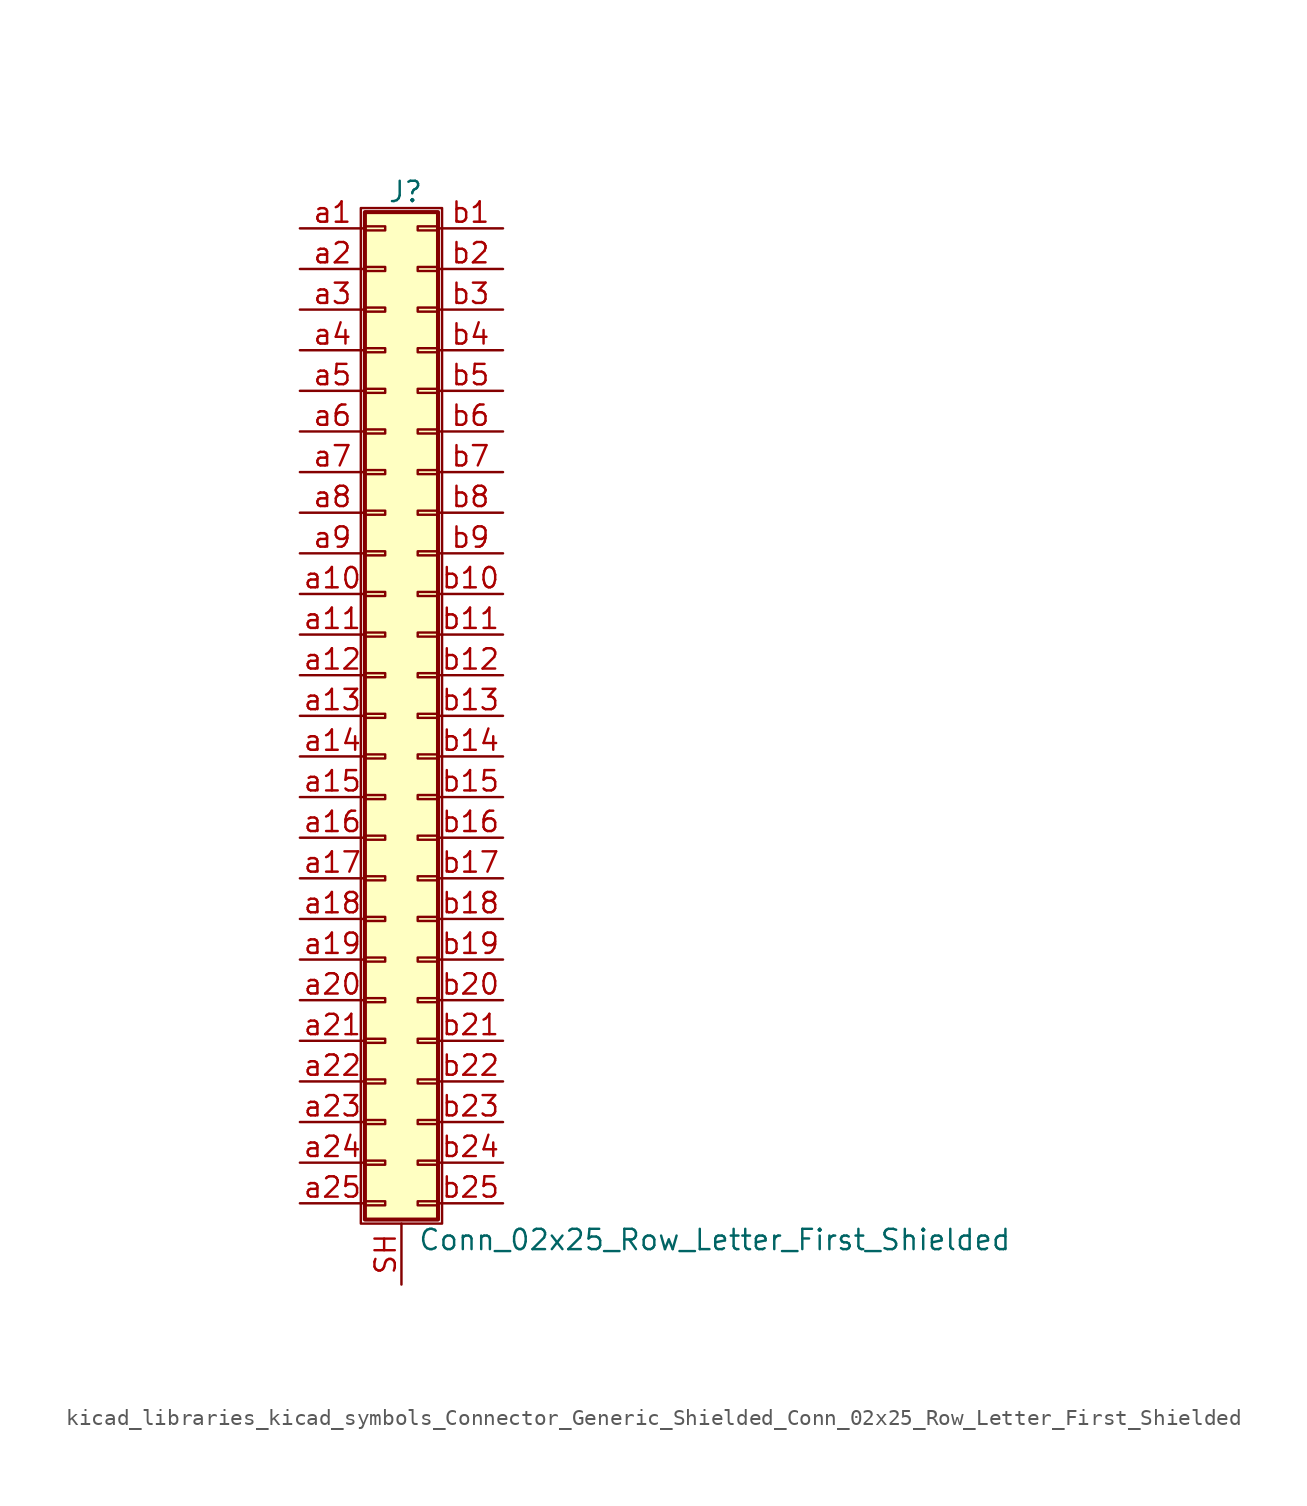
<source format=kicad_sym>
(kicad_symbol_lib
  (version 20220914)
  (generator kicad_symbol_editor)
  (symbol "kicad_libraries_kicad_symbols_Connector_Generic_Shielded_Conn_02x25_Row_Letter_First_Shielded"
    (pin_names
      (offset 1.016) hide)
    (property "Reference" "J"
      (at 1.524 32.766 0)
      (effects (font (size 1.27 1.27))))
    (property "Value" "Conn_02x25_Row_Letter_First_Shielded"
      (at 2.286 -32.766 0)
      (effects (font (size 1.27 1.27)) (justify left)))
    (symbol "kicad_libraries_kicad_symbols_Connector_Generic_Shielded_Conn_02x25_Row_Letter_First_Shielded_1_1"
      (rectangle (start -1.27 31.75) (end 3.81 -31.75) (stroke (width 0.152) (type default)) (fill (type none)))
      (rectangle (start -1.016 -30.353) (end 0.254 -30.607) (stroke (width 0.152) (type default)) (fill (type none)))
      (rectangle (start -1.016 -27.813) (end 0.254 -28.067) (stroke (width 0.152) (type default)) (fill (type none)))
      (rectangle (start -1.016 -25.273) (end 0.254 -25.527) (stroke (width 0.152) (type default)) (fill (type none)))
      (rectangle (start -1.016 -22.733) (end 0.254 -22.987) (stroke (width 0.152) (type default)) (fill (type none)))
      (rectangle (start -1.016 -20.193) (end 0.254 -20.447) (stroke (width 0.152) (type default)) (fill (type none)))
      (rectangle (start -1.016 -17.653) (end 0.254 -17.907) (stroke (width 0.152) (type default)) (fill (type none)))
      (rectangle (start -1.016 -15.113) (end 0.254 -15.367) (stroke (width 0.152) (type default)) (fill (type none)))
      (rectangle (start -1.016 -12.573) (end 0.254 -12.827) (stroke (width 0.152) (type default)) (fill (type none)))
      (rectangle (start -1.016 -10.033) (end 0.254 -10.287) (stroke (width 0.152) (type default)) (fill (type none)))
      (rectangle (start -1.016 -7.493) (end 0.254 -7.747) (stroke (width 0.152) (type default)) (fill (type none)))
      (rectangle (start -1.016 -4.953) (end 0.254 -5.207) (stroke (width 0.152) (type default)) (fill (type none)))
      (rectangle (start -1.016 -2.413) (end 0.254 -2.667) (stroke (width 0.152) (type default)) (fill (type none)))
      (rectangle (start -1.016 0.127) (end 0.254 -0.127) (stroke (width 0.152) (type default)) (fill (type none)))
      (rectangle (start -1.016 2.667) (end 0.254 2.413) (stroke (width 0.152) (type default)) (fill (type none)))
      (rectangle (start -1.016 5.207) (end 0.254 4.953) (stroke (width 0.152) (type default)) (fill (type none)))
      (rectangle (start -1.016 7.747) (end 0.254 7.493) (stroke (width 0.152) (type default)) (fill (type none)))
      (rectangle (start -1.016 10.287) (end 0.254 10.033) (stroke (width 0.152) (type default)) (fill (type none)))
      (rectangle (start -1.016 12.827) (end 0.254 12.573) (stroke (width 0.152) (type default)) (fill (type none)))
      (rectangle (start -1.016 15.367) (end 0.254 15.113) (stroke (width 0.152) (type default)) (fill (type none)))
      (rectangle (start -1.016 17.907) (end 0.254 17.653) (stroke (width 0.152) (type default)) (fill (type none)))
      (rectangle (start -1.016 20.447) (end 0.254 20.193) (stroke (width 0.152) (type default)) (fill (type none)))
      (rectangle (start -1.016 22.987) (end 0.254 22.733) (stroke (width 0.152) (type default)) (fill (type none)))
      (rectangle (start -1.016 25.527) (end 0.254 25.273) (stroke (width 0.152) (type default)) (fill (type none)))
      (rectangle (start -1.016 28.067) (end 0.254 27.813) (stroke (width 0.152) (type default)) (fill (type none)))
      (rectangle (start -1.016 30.607) (end 0.254 30.353) (stroke (width 0.152) (type default)) (fill (type none)))
      (rectangle (start -1.016 31.496) (end 3.556 -31.496) (stroke (width 0.254) (type default)) (fill (type background)))
      (rectangle (start 3.556 -30.353) (end 2.286 -30.607) (stroke (width 0.152) (type default)) (fill (type none)))
      (rectangle (start 3.556 -27.813) (end 2.286 -28.067) (stroke (width 0.152) (type default)) (fill (type none)))
      (rectangle (start 3.556 -25.273) (end 2.286 -25.527) (stroke (width 0.152) (type default)) (fill (type none)))
      (rectangle (start 3.556 -22.733) (end 2.286 -22.987) (stroke (width 0.152) (type default)) (fill (type none)))
      (rectangle (start 3.556 -20.193) (end 2.286 -20.447) (stroke (width 0.152) (type default)) (fill (type none)))
      (rectangle (start 3.556 -17.653) (end 2.286 -17.907) (stroke (width 0.152) (type default)) (fill (type none)))
      (rectangle (start 3.556 -15.113) (end 2.286 -15.367) (stroke (width 0.152) (type default)) (fill (type none)))
      (rectangle (start 3.556 -12.573) (end 2.286 -12.827) (stroke (width 0.152) (type default)) (fill (type none)))
      (rectangle (start 3.556 -10.033) (end 2.286 -10.287) (stroke (width 0.152) (type default)) (fill (type none)))
      (rectangle (start 3.556 -7.493) (end 2.286 -7.747) (stroke (width 0.152) (type default)) (fill (type none)))
      (rectangle (start 3.556 -4.953) (end 2.286 -5.207) (stroke (width 0.152) (type default)) (fill (type none)))
      (rectangle (start 3.556 -2.413) (end 2.286 -2.667) (stroke (width 0.152) (type default)) (fill (type none)))
      (rectangle (start 3.556 0.127) (end 2.286 -0.127) (stroke (width 0.152) (type default)) (fill (type none)))
      (rectangle (start 3.556 2.667) (end 2.286 2.413) (stroke (width 0.152) (type default)) (fill (type none)))
      (rectangle (start 3.556 5.207) (end 2.286 4.953) (stroke (width 0.152) (type default)) (fill (type none)))
      (rectangle (start 3.556 7.747) (end 2.286 7.493) (stroke (width 0.152) (type default)) (fill (type none)))
      (rectangle (start 3.556 10.287) (end 2.286 10.033) (stroke (width 0.152) (type default)) (fill (type none)))
      (rectangle (start 3.556 12.827) (end 2.286 12.573) (stroke (width 0.152) (type default)) (fill (type none)))
      (rectangle (start 3.556 15.367) (end 2.286 15.113) (stroke (width 0.152) (type default)) (fill (type none)))
      (rectangle (start 3.556 17.907) (end 2.286 17.653) (stroke (width 0.152) (type default)) (fill (type none)))
      (rectangle (start 3.556 20.447) (end 2.286 20.193) (stroke (width 0.152) (type default)) (fill (type none)))
      (rectangle (start 3.556 22.987) (end 2.286 22.733) (stroke (width 0.152) (type default)) (fill (type none)))
      (rectangle (start 3.556 25.527) (end 2.286 25.273) (stroke (width 0.152) (type default)) (fill (type none)))
      (rectangle (start 3.556 28.067) (end 2.286 27.813) (stroke (width 0.152) (type default)) (fill (type none)))
      (rectangle (start 3.556 30.607) (end 2.286 30.353) (stroke (width 0.152) (type default)) (fill (type none)))
      (pin passive line (at 1.27 -35.56 90) (length 3.81) (name "Shield" (effects (font (size 1.27 1.27)))) (number "SH" (effects (font (size 1.27 1.27)))))
      (pin passive line (at -5.08 30.48 0) (length 4.064) (name "Pin_a1" (effects (font (size 1.27 1.27)))) (number "a1" (effects (font (size 1.27 1.27)))))
      (pin passive line (at -5.08 7.62 0) (length 4.064) (name "Pin_a10" (effects (font (size 1.27 1.27)))) (number "a10" (effects (font (size 1.27 1.27)))))
      (pin passive line (at -5.08 5.08 0) (length 4.064) (name "Pin_a11" (effects (font (size 1.27 1.27)))) (number "a11" (effects (font (size 1.27 1.27)))))
      (pin passive line (at -5.08 2.54 0) (length 4.064) (name "Pin_a12" (effects (font (size 1.27 1.27)))) (number "a12" (effects (font (size 1.27 1.27)))))
      (pin passive line (at -5.08 0 0) (length 4.064) (name "Pin_a13" (effects (font (size 1.27 1.27)))) (number "a13" (effects (font (size 1.27 1.27)))))
      (pin passive line (at -5.08 -2.54 0) (length 4.064) (name "Pin_a14" (effects (font (size 1.27 1.27)))) (number "a14" (effects (font (size 1.27 1.27)))))
      (pin passive line (at -5.08 -5.08 0) (length 4.064) (name "Pin_a15" (effects (font (size 1.27 1.27)))) (number "a15" (effects (font (size 1.27 1.27)))))
      (pin passive line (at -5.08 -7.62 0) (length 4.064) (name "Pin_a16" (effects (font (size 1.27 1.27)))) (number "a16" (effects (font (size 1.27 1.27)))))
      (pin passive line (at -5.08 -10.16 0) (length 4.064) (name "Pin_a17" (effects (font (size 1.27 1.27)))) (number "a17" (effects (font (size 1.27 1.27)))))
      (pin passive line (at -5.08 -12.7 0) (length 4.064) (name "Pin_a18" (effects (font (size 1.27 1.27)))) (number "a18" (effects (font (size 1.27 1.27)))))
      (pin passive line (at -5.08 -15.24 0) (length 4.064) (name "Pin_a19" (effects (font (size 1.27 1.27)))) (number "a19" (effects (font (size 1.27 1.27)))))
      (pin passive line (at -5.08 27.94 0) (length 4.064) (name "Pin_a2" (effects (font (size 1.27 1.27)))) (number "a2" (effects (font (size 1.27 1.27)))))
      (pin passive line (at -5.08 -17.78 0) (length 4.064) (name "Pin_a20" (effects (font (size 1.27 1.27)))) (number "a20" (effects (font (size 1.27 1.27)))))
      (pin passive line (at -5.08 -20.32 0) (length 4.064) (name "Pin_a21" (effects (font (size 1.27 1.27)))) (number "a21" (effects (font (size 1.27 1.27)))))
      (pin passive line (at -5.08 -22.86 0) (length 4.064) (name "Pin_a22" (effects (font (size 1.27 1.27)))) (number "a22" (effects (font (size 1.27 1.27)))))
      (pin passive line (at -5.08 -25.4 0) (length 4.064) (name "Pin_a23" (effects (font (size 1.27 1.27)))) (number "a23" (effects (font (size 1.27 1.27)))))
      (pin passive line (at -5.08 -27.94 0) (length 4.064) (name "Pin_a24" (effects (font (size 1.27 1.27)))) (number "a24" (effects (font (size 1.27 1.27)))))
      (pin passive line (at -5.08 -30.48 0) (length 4.064) (name "Pin_a25" (effects (font (size 1.27 1.27)))) (number "a25" (effects (font (size 1.27 1.27)))))
      (pin passive line (at -5.08 25.4 0) (length 4.064) (name "Pin_a3" (effects (font (size 1.27 1.27)))) (number "a3" (effects (font (size 1.27 1.27)))))
      (pin passive line (at -5.08 22.86 0) (length 4.064) (name "Pin_a4" (effects (font (size 1.27 1.27)))) (number "a4" (effects (font (size 1.27 1.27)))))
      (pin passive line (at -5.08 20.32 0) (length 4.064) (name "Pin_a5" (effects (font (size 1.27 1.27)))) (number "a5" (effects (font (size 1.27 1.27)))))
      (pin passive line (at -5.08 17.78 0) (length 4.064) (name "Pin_a6" (effects (font (size 1.27 1.27)))) (number "a6" (effects (font (size 1.27 1.27)))))
      (pin passive line (at -5.08 15.24 0) (length 4.064) (name "Pin_a7" (effects (font (size 1.27 1.27)))) (number "a7" (effects (font (size 1.27 1.27)))))
      (pin passive line (at -5.08 12.7 0) (length 4.064) (name "Pin_a8" (effects (font (size 1.27 1.27)))) (number "a8" (effects (font (size 1.27 1.27)))))
      (pin passive line (at -5.08 10.16 0) (length 4.064) (name "Pin_a9" (effects (font (size 1.27 1.27)))) (number "a9" (effects (font (size 1.27 1.27)))))
      (pin passive line (at 7.62 30.48 180) (length 4.064) (name "Pin_b1" (effects (font (size 1.27 1.27)))) (number "b1" (effects (font (size 1.27 1.27)))))
      (pin passive line (at 7.62 7.62 180) (length 4.064) (name "Pin_b10" (effects (font (size 1.27 1.27)))) (number "b10" (effects (font (size 1.27 1.27)))))
      (pin passive line (at 7.62 5.08 180) (length 4.064) (name "Pin_b11" (effects (font (size 1.27 1.27)))) (number "b11" (effects (font (size 1.27 1.27)))))
      (pin passive line (at 7.62 2.54 180) (length 4.064) (name "Pin_b12" (effects (font (size 1.27 1.27)))) (number "b12" (effects (font (size 1.27 1.27)))))
      (pin passive line (at 7.62 0 180) (length 4.064) (name "Pin_b13" (effects (font (size 1.27 1.27)))) (number "b13" (effects (font (size 1.27 1.27)))))
      (pin passive line (at 7.62 -2.54 180) (length 4.064) (name "Pin_b14" (effects (font (size 1.27 1.27)))) (number "b14" (effects (font (size 1.27 1.27)))))
      (pin passive line (at 7.62 -5.08 180) (length 4.064) (name "Pin_b15" (effects (font (size 1.27 1.27)))) (number "b15" (effects (font (size 1.27 1.27)))))
      (pin passive line (at 7.62 -7.62 180) (length 4.064) (name "Pin_b16" (effects (font (size 1.27 1.27)))) (number "b16" (effects (font (size 1.27 1.27)))))
      (pin passive line (at 7.62 -10.16 180) (length 4.064) (name "Pin_b17" (effects (font (size 1.27 1.27)))) (number "b17" (effects (font (size 1.27 1.27)))))
      (pin passive line (at 7.62 -12.7 180) (length 4.064) (name "Pin_b18" (effects (font (size 1.27 1.27)))) (number "b18" (effects (font (size 1.27 1.27)))))
      (pin passive line (at 7.62 -15.24 180) (length 4.064) (name "Pin_b19" (effects (font (size 1.27 1.27)))) (number "b19" (effects (font (size 1.27 1.27)))))
      (pin passive line (at 7.62 27.94 180) (length 4.064) (name "Pin_b2" (effects (font (size 1.27 1.27)))) (number "b2" (effects (font (size 1.27 1.27)))))
      (pin passive line (at 7.62 -17.78 180) (length 4.064) (name "Pin_b20" (effects (font (size 1.27 1.27)))) (number "b20" (effects (font (size 1.27 1.27)))))
      (pin passive line (at 7.62 -20.32 180) (length 4.064) (name "Pin_b21" (effects (font (size 1.27 1.27)))) (number "b21" (effects (font (size 1.27 1.27)))))
      (pin passive line (at 7.62 -22.86 180) (length 4.064) (name "Pin_b22" (effects (font (size 1.27 1.27)))) (number "b22" (effects (font (size 1.27 1.27)))))
      (pin passive line (at 7.62 -25.4 180) (length 4.064) (name "Pin_b23" (effects (font (size 1.27 1.27)))) (number "b23" (effects (font (size 1.27 1.27)))))
      (pin passive line (at 7.62 -27.94 180) (length 4.064) (name "Pin_b24" (effects (font (size 1.27 1.27)))) (number "b24" (effects (font (size 1.27 1.27)))))
      (pin passive line (at 7.62 -30.48 180) (length 4.064) (name "Pin_b25" (effects (font (size 1.27 1.27)))) (number "b25" (effects (font (size 1.27 1.27)))))
      (pin passive line (at 7.62 25.4 180) (length 4.064) (name "Pin_b3" (effects (font (size 1.27 1.27)))) (number "b3" (effects (font (size 1.27 1.27)))))
      (pin passive line (at 7.62 22.86 180) (length 4.064) (name "Pin_b4" (effects (font (size 1.27 1.27)))) (number "b4" (effects (font (size 1.27 1.27)))))
      (pin passive line (at 7.62 20.32 180) (length 4.064) (name "Pin_b5" (effects (font (size 1.27 1.27)))) (number "b5" (effects (font (size 1.27 1.27)))))
      (pin passive line (at 7.62 17.78 180) (length 4.064) (name "Pin_b6" (effects (font (size 1.27 1.27)))) (number "b6" (effects (font (size 1.27 1.27)))))
      (pin passive line (at 7.62 15.24 180) (length 4.064) (name "Pin_b7" (effects (font (size 1.27 1.27)))) (number "b7" (effects (font (size 1.27 1.27)))))
      (pin passive line (at 7.62 12.7 180) (length 4.064) (name "Pin_b8" (effects (font (size 1.27 1.27)))) (number "b8" (effects (font (size 1.27 1.27)))))
      (pin passive line (at 7.62 10.16 180) (length 4.064) (name "Pin_b9" (effects (font (size 1.27 1.27)))) (number "b9" (effects (font (size 1.27 1.27))))))))
</source>
